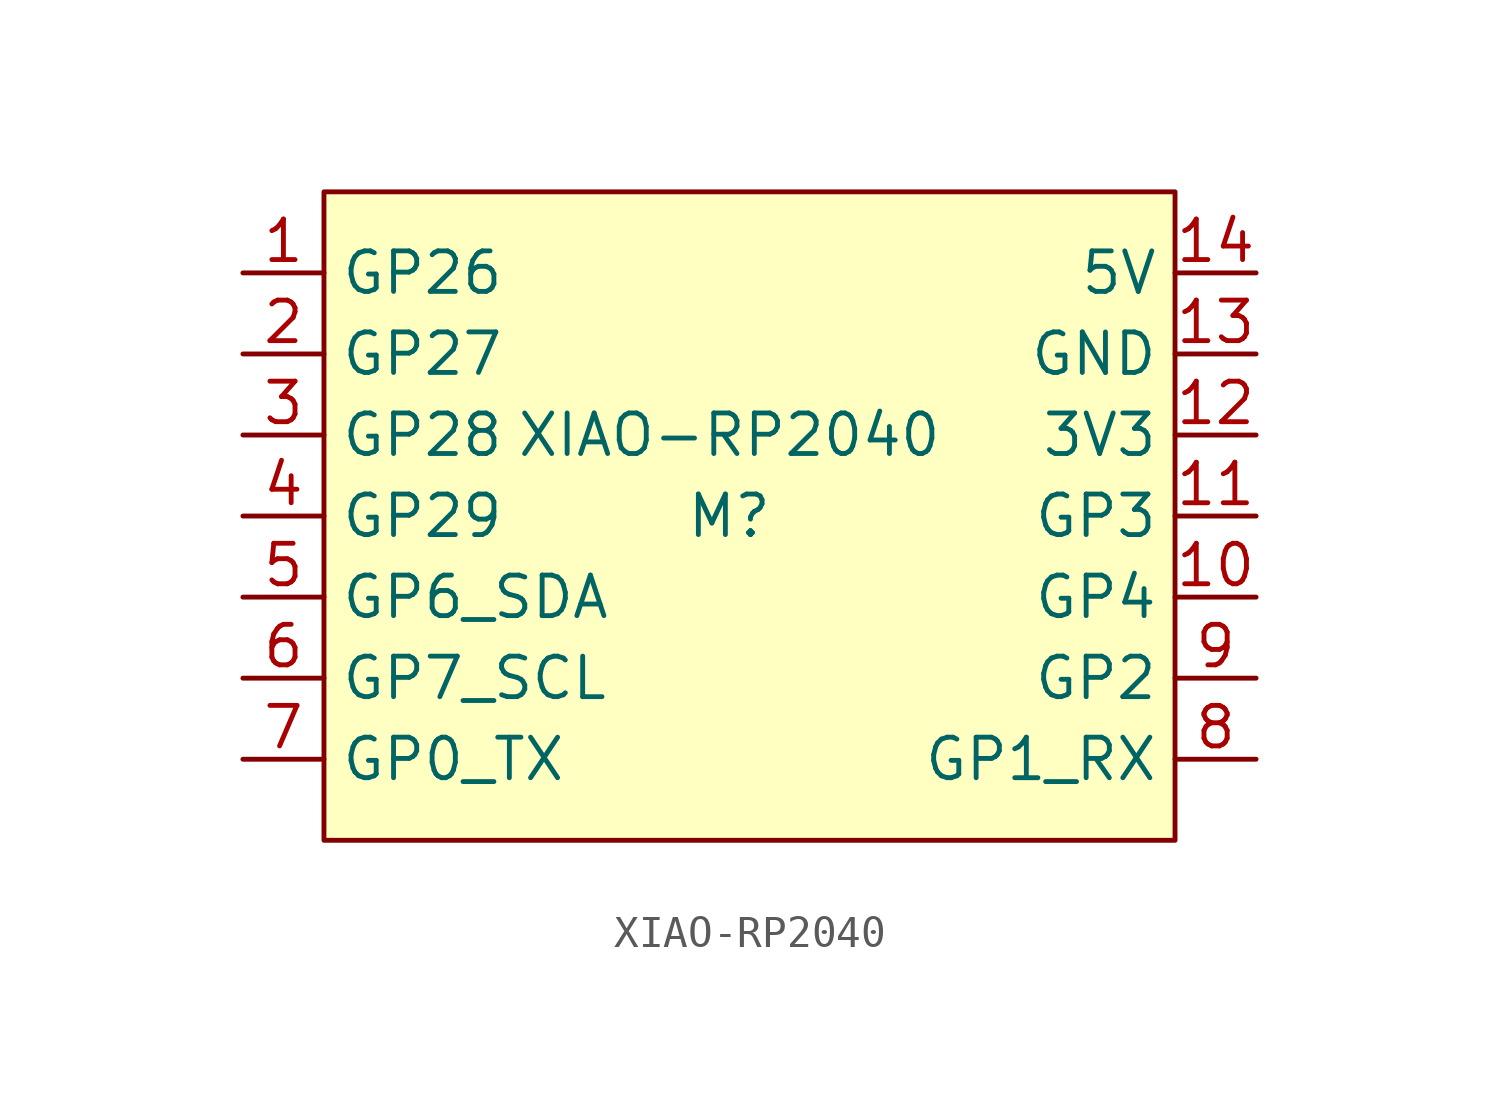
<source format=kicad_sym>
(kicad_symbol_lib
  (version 20211014)
  (generator kicad_symbol_editor)
  (symbol "XIAO-RP2040"
    (property "Reference" "M"
      (at 0 0 0)
      (effects (font (size 1.27 1.27))))
    (property "Value" "XIAO-RP2040"
      (at 0 2.54 0)
      (effects (font (size 1.27 1.27))))
    (symbol "XIAO-RP2040_0_1"
      (rectangle (start -12.7 10.16) (end 13.97 -10.16) (stroke (width 0) (type default) (color 0 0 0 0)) (fill (type background))))
    (symbol "XIAO-RP2040_1_1"
      (pin bidirectional line (at -15.24 7.62 0) (length 2.54) (name "GP26" (effects (font (size 1.27 1.27)))) (number "1" (effects (font (size 1.27 1.27)))))
      (pin bidirectional line (at 16.51 -2.54 180) (length 2.54) (name "GP4" (effects (font (size 1.27 1.27)))) (number "10" (effects (font (size 1.27 1.27)))))
      (pin bidirectional line (at 16.51 0 180) (length 2.54) (name "GP3" (effects (font (size 1.27 1.27)))) (number "11" (effects (font (size 1.27 1.27)))))
      (pin power_in line (at 16.51 2.54 180) (length 2.54) (name "3V3" (effects (font (size 1.27 1.27)))) (number "12" (effects (font (size 1.27 1.27)))))
      (pin power_in line (at 16.51 5.08 180) (length 2.54) (name "GND" (effects (font (size 1.27 1.27)))) (number "13" (effects (font (size 1.27 1.27)))))
      (pin power_in line (at 16.51 7.62 180) (length 2.54) (name "5V" (effects (font (size 1.27 1.27)))) (number "14" (effects (font (size 1.27 1.27)))))
      (pin bidirectional line (at -15.24 5.08 0) (length 2.54) (name "GP27" (effects (font (size 1.27 1.27)))) (number "2" (effects (font (size 1.27 1.27)))))
      (pin bidirectional line (at -15.24 2.54 0) (length 2.54) (name "GP28" (effects (font (size 1.27 1.27)))) (number "3" (effects (font (size 1.27 1.27)))))
      (pin bidirectional line (at -15.24 0 0) (length 2.54) (name "GP29" (effects (font (size 1.27 1.27)))) (number "4" (effects (font (size 1.27 1.27)))))
      (pin bidirectional line (at -15.24 -2.54 0) (length 2.54) (name "GP6_SDA" (effects (font (size 1.27 1.27)))) (number "5" (effects (font (size 1.27 1.27)))))
      (pin bidirectional line (at -15.24 -5.08 0) (length 2.54) (name "GP7_SCL" (effects (font (size 1.27 1.27)))) (number "6" (effects (font (size 1.27 1.27)))))
      (pin bidirectional line (at -15.24 -7.62 0) (length 2.54) (name "GP0_TX" (effects (font (size 1.27 1.27)))) (number "7" (effects (font (size 1.27 1.27)))))
      (pin bidirectional line (at 16.51 -7.62 180) (length 2.54) (name "GP1_RX" (effects (font (size 1.27 1.27)))) (number "8" (effects (font (size 1.27 1.27)))))
      (pin bidirectional line (at 16.51 -5.08 180) (length 2.54) (name "GP2" (effects (font (size 1.27 1.27)))) (number "9" (effects (font (size 1.27 1.27))))))))
</source>
